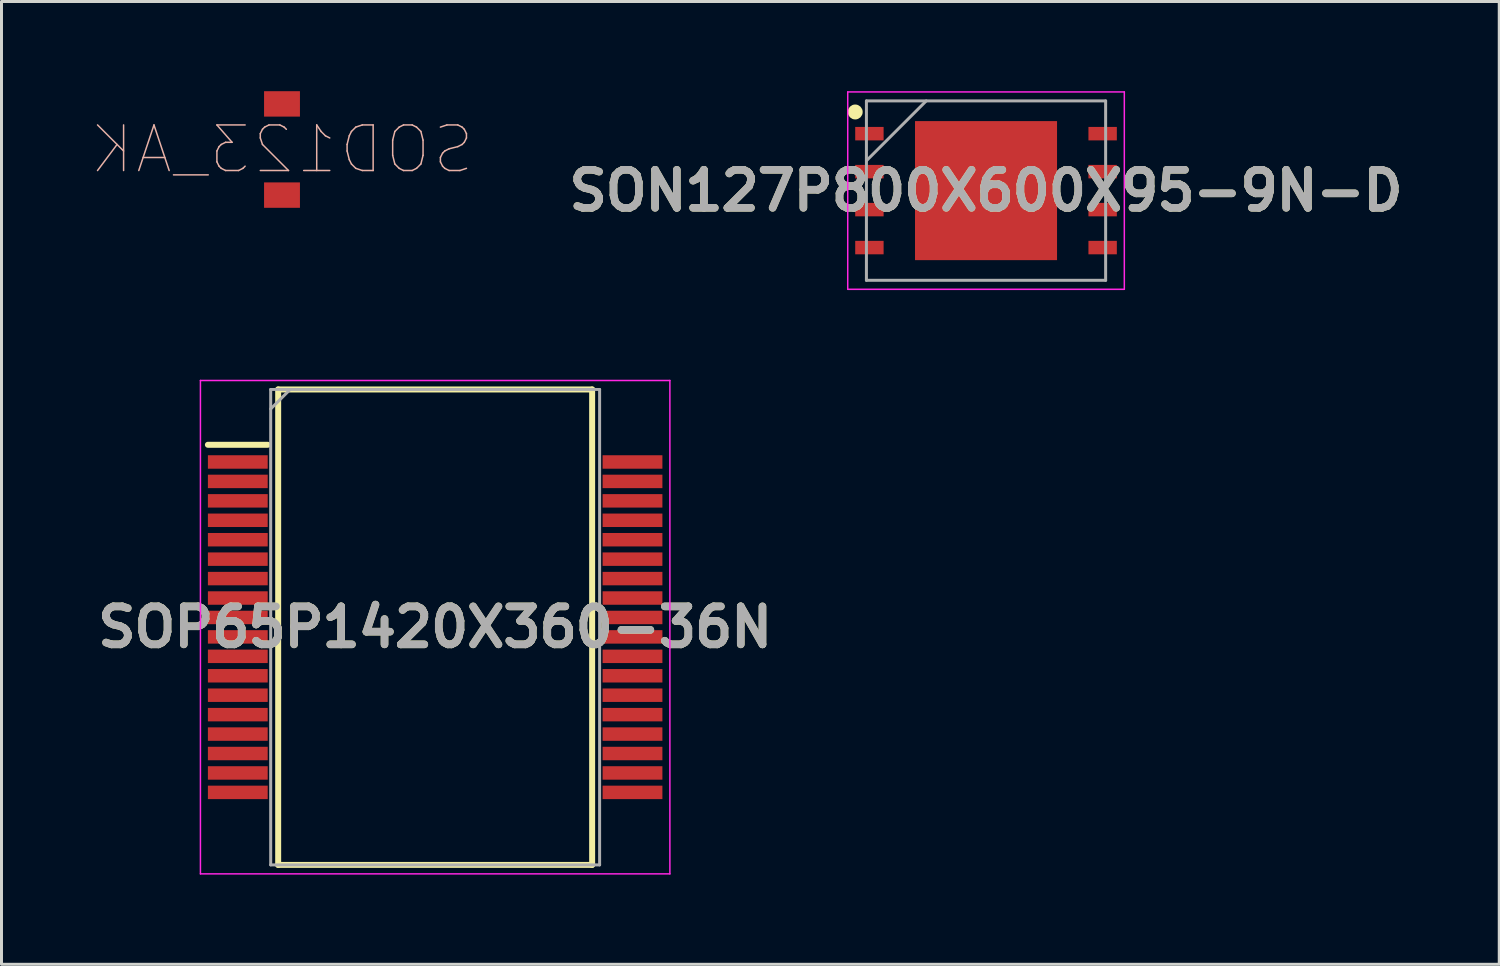
<source format=kicad_pcb>
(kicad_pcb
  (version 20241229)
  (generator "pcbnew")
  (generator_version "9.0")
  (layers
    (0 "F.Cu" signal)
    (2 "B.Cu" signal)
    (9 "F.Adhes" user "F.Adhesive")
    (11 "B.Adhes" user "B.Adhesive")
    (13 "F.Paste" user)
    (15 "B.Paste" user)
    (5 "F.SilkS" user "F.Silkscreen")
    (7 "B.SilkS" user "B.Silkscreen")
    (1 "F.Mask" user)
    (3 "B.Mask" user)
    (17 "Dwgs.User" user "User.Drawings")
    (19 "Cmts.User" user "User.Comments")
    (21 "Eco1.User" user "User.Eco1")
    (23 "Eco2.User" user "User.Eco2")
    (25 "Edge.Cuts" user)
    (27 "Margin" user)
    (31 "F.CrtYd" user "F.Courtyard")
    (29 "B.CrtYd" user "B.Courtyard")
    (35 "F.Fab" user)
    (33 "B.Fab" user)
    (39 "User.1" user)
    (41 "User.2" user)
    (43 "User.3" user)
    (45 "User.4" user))
  (footprint "SOD123_AK"
    (layer "F.Cu")
    (at 6.381 1.95)
    (property "Reference" "SOD123_AK" (at 0 0 0) (layer "B.SilkS") (effects (font (size 1.524 1.524) (thickness 0.05)) (justify mirror)))
    (attr smd)
    (pad "A" smd rect (at 0 1.525 90) (size 0.85 1.2) (layers "F.Cu"))
    (pad "K" smd rect (at 0 -1.525 90) (size 0.85 1.2) (layers "F.Cu")))
  (footprint "SON127P800X600X95-9N-D"
    (layer "F.Cu")
    (at 29.926 3.325)
    (property "Reference" "SON127P800X600X95-9N-D" (at 0 0 0) (layer "F.SilkS") (effects (font (size 1.27 1.27) (thickness 0.254))))
    (attr smd)
    (fp_circle (center -4.375 -2.63) (end -4.375 -2.505) (stroke (width 0.25) (type solid)) (fill no) (layer "F.SilkS"))
    (fp_line (start -4.625 -3.3) (end 4.625 -3.3) (stroke (width 0.05) (type solid)) (layer "F.CrtYd"))
    (fp_line (start -4.625 3.3) (end -4.625 -3.3) (stroke (width 0.05) (type solid)) (layer "F.CrtYd"))
    (fp_line (start 4.625 -3.3) (end 4.625 3.3) (stroke (width 0.05) (type solid)) (layer "F.CrtYd"))
    (fp_line (start 4.625 3.3) (end -4.625 3.3) (stroke (width 0.05) (type solid)) (layer "F.CrtYd"))
    (fp_line (start -4 -3) (end 4 -3) (stroke (width 0.1) (type solid)) (layer "F.Fab"))
    (fp_line (start -4 -1) (end -2 -3) (stroke (width 0.1) (type solid)) (layer "F.Fab"))
    (fp_line (start -4 3) (end -4 -3) (stroke (width 0.1) (type solid)) (layer "F.Fab"))
    (fp_line (start 4 -3) (end 4 3) (stroke (width 0.1) (type solid)) (layer "F.Fab"))
    (fp_line (start 4 3) (end -4 3) (stroke (width 0.1) (type solid)) (layer "F.Fab"))
    (fp_text user "${REFERENCE}" (at 0 0 0) (layer "F.Fab") (effects (font (size 1.27 1.27) (thickness 0.254))))
    (pad "1" smd rect (at -3.9 -1.905 90) (size 0.45 0.95) (layers "F.Cu" "F.Mask" "F.Paste"))
    (pad "2" smd rect (at -3.9 -0.635 90) (size 0.45 0.95) (layers "F.Cu" "F.Mask" "F.Paste"))
    (pad "3" smd rect (at -3.9 0.635 90) (size 0.45 0.95) (layers "F.Cu" "F.Mask" "F.Paste"))
    (pad "4" smd rect (at -3.9 1.905 90) (size 0.45 0.95) (layers "F.Cu" "F.Mask" "F.Paste"))
    (pad "5" smd rect (at 3.9 1.905 90) (size 0.45 0.95) (layers "F.Cu" "F.Mask" "F.Paste"))
    (pad "6" smd rect (at 3.9 0.635 90) (size 0.45 0.95) (layers "F.Cu" "F.Mask" "F.Paste"))
    (pad "7" smd rect (at 3.9 -0.635 90) (size 0.45 0.95) (layers "F.Cu" "F.Mask" "F.Paste"))
    (pad "8" smd rect (at 3.9 -1.905 90) (size 0.45 0.95) (layers "F.Cu" "F.Mask" "F.Paste"))
    (pad "9" smd rect (at 0 0 90) (size 4.65 4.75) (layers "F.Cu" "F.Mask" "F.Paste")))
  (footprint "SOP65P1420X360-36N"
    (layer "F.Cu")
    (at 11.503 17.925)
    (property "Reference" "SOP65P1420X360-36N" (at 0 0 0) (layer "F.SilkS") (effects (font (size 1.27 1.27) (thickness 0.254))))
    (attr smd)
    (fp_line (start -7.6 -6.1) (end -5.6 -6.1) (stroke (width 0.2) (type solid)) (layer "F.SilkS"))
    (fp_line (start -5.25 -7.95) (end 5.25 -7.95) (stroke (width 0.2) (type solid)) (layer "F.SilkS"))
    (fp_line (start -5.25 7.95) (end -5.25 -7.95) (stroke (width 0.2) (type solid)) (layer "F.SilkS"))
    (fp_line (start 5.25 -7.95) (end 5.25 7.95) (stroke (width 0.2) (type solid)) (layer "F.SilkS"))
    (fp_line (start 5.25 7.95) (end -5.25 7.95) (stroke (width 0.2) (type solid)) (layer "F.SilkS"))
    (fp_line (start -7.85 -8.25) (end 7.85 -8.25) (stroke (width 0.05) (type solid)) (layer "F.CrtYd"))
    (fp_line (start -7.85 8.25) (end -7.85 -8.25) (stroke (width 0.05) (type solid)) (layer "F.CrtYd"))
    (fp_line (start 7.85 -8.25) (end 7.85 8.25) (stroke (width 0.05) (type solid)) (layer "F.CrtYd"))
    (fp_line (start 7.85 8.25) (end -7.85 8.25) (stroke (width 0.05) (type solid)) (layer "F.CrtYd"))
    (fp_line (start -5.5 -7.95) (end 5.5 -7.95) (stroke (width 0.1) (type solid)) (layer "F.Fab"))
    (fp_line (start -5.5 -7.3) (end -4.85 -7.95) (stroke (width 0.1) (type solid)) (layer "F.Fab"))
    (fp_line (start -5.5 7.95) (end -5.5 -7.95) (stroke (width 0.1) (type solid)) (layer "F.Fab"))
    (fp_line (start 5.5 -7.95) (end 5.5 7.95) (stroke (width 0.1) (type solid)) (layer "F.Fab"))
    (fp_line (start 5.5 7.95) (end -5.5 7.95) (stroke (width 0.1) (type solid)) (layer "F.Fab"))
    (fp_text user "${REFERENCE}" (at 0 0 0) (layer "F.Fab") (effects (font (size 1.27 1.27) (thickness 0.254))))
    (pad "1" smd rect (at -6.6 -5.525 90) (size 0.45 2) (layers "F.Cu" "F.Mask" "F.Paste"))
    (pad "2" smd rect (at -6.6 -4.875 90) (size 0.45 2) (layers "F.Cu" "F.Mask" "F.Paste"))
    (pad "3" smd rect (at -6.6 -4.225 90) (size 0.45 2) (layers "F.Cu" "F.Mask" "F.Paste"))
    (pad "4" smd rect (at -6.6 -3.575 90) (size 0.45 2) (layers "F.Cu" "F.Mask" "F.Paste"))
    (pad "5" smd rect (at -6.6 -2.925 90) (size 0.45 2) (layers "F.Cu" "F.Mask" "F.Paste"))
    (pad "6" smd rect (at -6.6 -2.275 90) (size 0.45 2) (layers "F.Cu" "F.Mask" "F.Paste"))
    (pad "7" smd rect (at -6.6 -1.625 90) (size 0.45 2) (layers "F.Cu" "F.Mask" "F.Paste"))
    (pad "8" smd rect (at -6.6 -0.975 90) (size 0.45 2) (layers "F.Cu" "F.Mask" "F.Paste"))
    (pad "9" smd rect (at -6.6 -0.325 90) (size 0.45 2) (layers "F.Cu" "F.Mask" "F.Paste"))
    (pad "10" smd rect (at -6.6 0.325 90) (size 0.45 2) (layers "F.Cu" "F.Mask" "F.Paste"))
    (pad "11" smd rect (at -6.6 0.975 90) (size 0.45 2) (layers "F.Cu" "F.Mask" "F.Paste"))
    (pad "12" smd rect (at -6.6 1.625 90) (size 0.45 2) (layers "F.Cu" "F.Mask" "F.Paste"))
    (pad "13" smd rect (at -6.6 2.275 90) (size 0.45 2) (layers "F.Cu" "F.Mask" "F.Paste"))
    (pad "14" smd rect (at -6.6 2.925 90) (size 0.45 2) (layers "F.Cu" "F.Mask" "F.Paste"))
    (pad "15" smd rect (at -6.6 3.575 90) (size 0.45 2) (layers "F.Cu" "F.Mask" "F.Paste"))
    (pad "16" smd rect (at -6.6 4.225 90) (size 0.45 2) (layers "F.Cu" "F.Mask" "F.Paste"))
    (pad "17" smd rect (at -6.6 4.875 90) (size 0.45 2) (layers "F.Cu" "F.Mask" "F.Paste"))
    (pad "18" smd rect (at -6.6 5.525 90) (size 0.45 2) (layers "F.Cu" "F.Mask" "F.Paste"))
    (pad "19" smd rect (at 6.6 5.525 90) (size 0.45 2) (layers "F.Cu" "F.Mask" "F.Paste"))
    (pad "20" smd rect (at 6.6 4.875 90) (size 0.45 2) (layers "F.Cu" "F.Mask" "F.Paste"))
    (pad "21" smd rect (at 6.6 4.225 90) (size 0.45 2) (layers "F.Cu" "F.Mask" "F.Paste"))
    (pad "22" smd rect (at 6.6 3.575 90) (size 0.45 2) (layers "F.Cu" "F.Mask" "F.Paste"))
    (pad "23" smd rect (at 6.6 2.925 90) (size 0.45 2) (layers "F.Cu" "F.Mask" "F.Paste"))
    (pad "24" smd rect (at 6.6 2.275 90) (size 0.45 2) (layers "F.Cu" "F.Mask" "F.Paste"))
    (pad "25" smd rect (at 6.6 1.625 90) (size 0.45 2) (layers "F.Cu" "F.Mask" "F.Paste"))
    (pad "26" smd rect (at 6.6 0.975 90) (size 0.45 2) (layers "F.Cu" "F.Mask" "F.Paste"))
    (pad "27" smd rect (at 6.6 0.325 90) (size 0.45 2) (layers "F.Cu" "F.Mask" "F.Paste"))
    (pad "28" smd rect (at 6.6 -0.325 90) (size 0.45 2) (layers "F.Cu" "F.Mask" "F.Paste"))
    (pad "29" smd rect (at 6.6 -0.975 90) (size 0.45 2) (layers "F.Cu" "F.Mask" "F.Paste"))
    (pad "30" smd rect (at 6.6 -1.625 90) (size 0.45 2) (layers "F.Cu" "F.Mask" "F.Paste"))
    (pad "31" smd rect (at 6.6 -2.275 90) (size 0.45 2) (layers "F.Cu" "F.Mask" "F.Paste"))
    (pad "32" smd rect (at 6.6 -2.925 90) (size 0.45 2) (layers "F.Cu" "F.Mask" "F.Paste"))
    (pad "33" smd rect (at 6.6 -3.575 90) (size 0.45 2) (layers "F.Cu" "F.Mask" "F.Paste"))
    (pad "34" smd rect (at 6.6 -4.225 90) (size 0.45 2) (layers "F.Cu" "F.Mask" "F.Paste"))
    (pad "35" smd rect (at 6.6 -4.875 90) (size 0.45 2) (layers "F.Cu" "F.Mask" "F.Paste"))
    (pad "36" smd rect (at 6.6 -5.525 90) (size 0.45 2) (layers "F.Cu" "F.Mask" "F.Paste")))
  (gr_rect
    (start -3 -3)
    (end 47.09 29.2)
    (stroke (width 0.1) (type default))
    (fill no)
    (layer "Edge.Cuts")))
</source>
